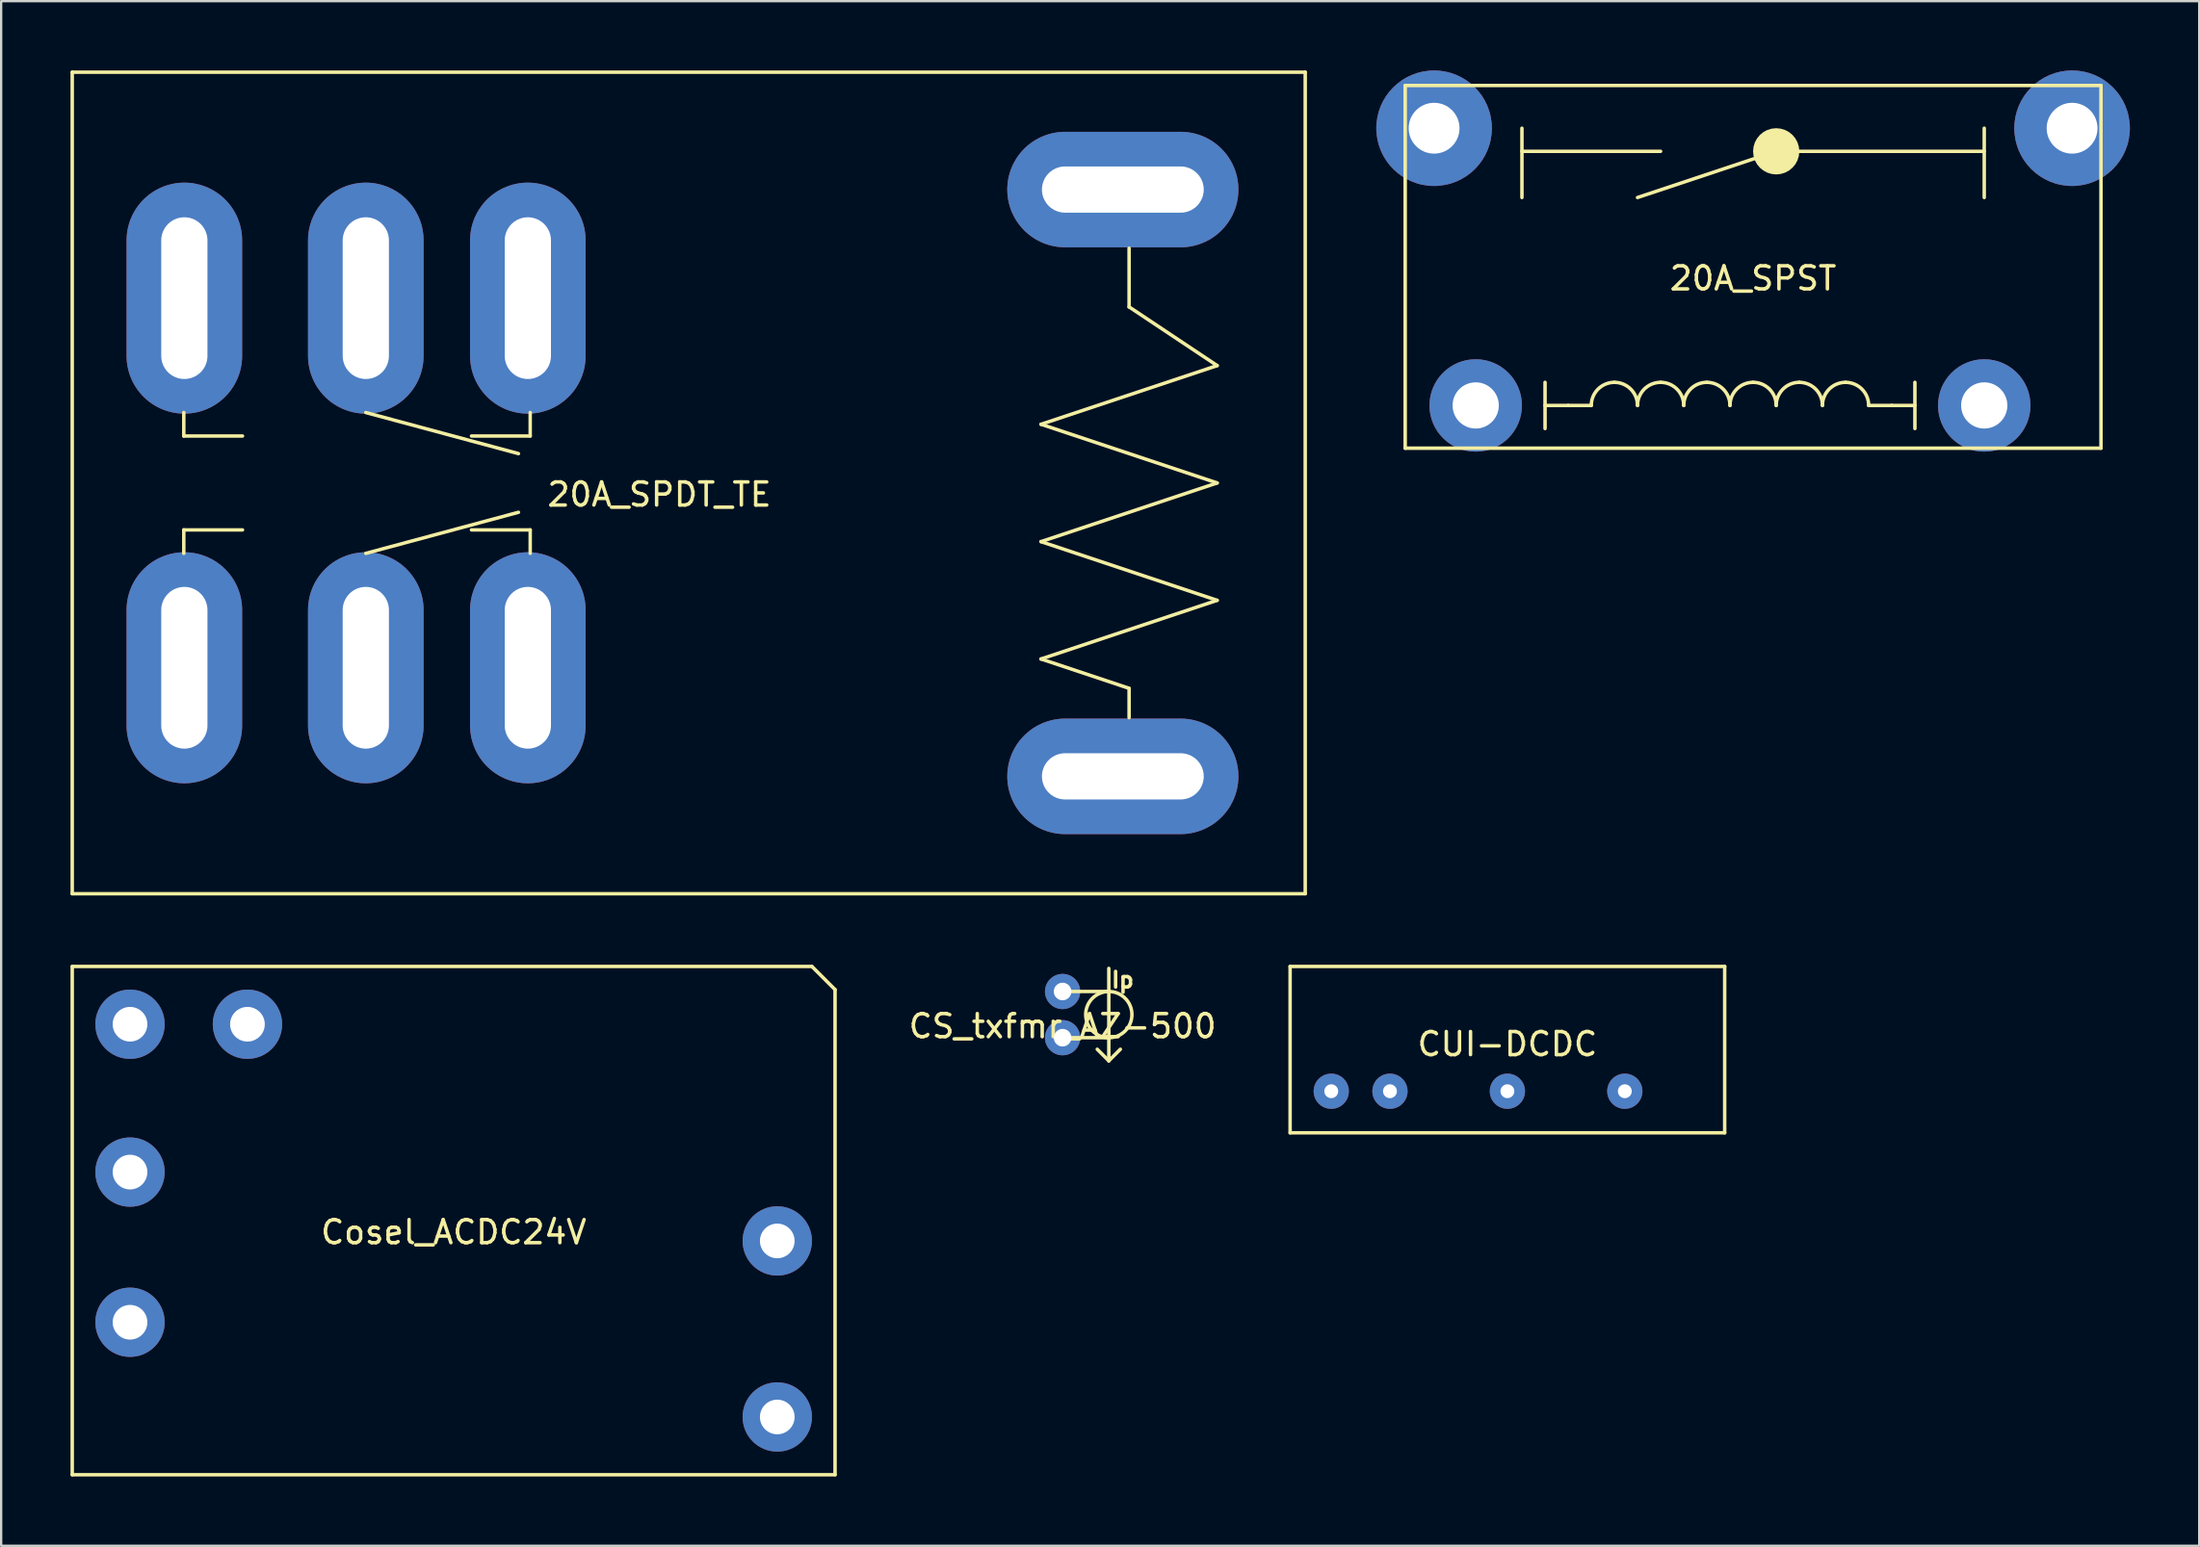
<source format=kicad_pcb>
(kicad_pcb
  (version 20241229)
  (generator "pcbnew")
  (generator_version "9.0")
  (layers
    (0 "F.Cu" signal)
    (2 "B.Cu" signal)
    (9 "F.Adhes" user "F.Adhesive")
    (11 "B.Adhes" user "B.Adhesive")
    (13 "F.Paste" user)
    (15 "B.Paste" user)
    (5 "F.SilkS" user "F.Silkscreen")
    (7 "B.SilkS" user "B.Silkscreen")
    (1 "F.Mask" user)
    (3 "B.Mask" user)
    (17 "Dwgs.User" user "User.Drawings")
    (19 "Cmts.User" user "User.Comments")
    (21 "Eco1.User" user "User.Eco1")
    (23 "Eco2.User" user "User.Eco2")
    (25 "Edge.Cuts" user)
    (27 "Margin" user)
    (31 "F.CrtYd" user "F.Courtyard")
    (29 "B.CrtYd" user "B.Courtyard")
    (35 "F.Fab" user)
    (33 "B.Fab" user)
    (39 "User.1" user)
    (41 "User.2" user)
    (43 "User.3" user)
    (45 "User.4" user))
  (footprint "20A_SPDT_TE"
    (layer "F.Cu")
    (at 25.475 17.855)
    (property "Reference" "20A_SPDT_TE" (at 0 0.5 0) (layer "F.SilkS") (effects (font (size 1 1) (thickness 0.15))))
    (attr through_hole)
    (fp_line (start -25.4 -17.78) (end -25.4 17.78) (stroke (width 0.15) (type solid)) (layer "F.SilkS"))
    (fp_line (start -25.4 17.78) (end 27.94 17.78) (stroke (width 0.15) (type solid)) (layer "F.SilkS"))
    (fp_line (start -20.574 -3.048) (end -20.574 -2.032) (stroke (width 0.15) (type solid)) (layer "F.SilkS"))
    (fp_line (start -20.574 -2.032) (end -18.034 -2.032) (stroke (width 0.15) (type solid)) (layer "F.SilkS"))
    (fp_line (start -20.574 2.032) (end -18.034 2.032) (stroke (width 0.15) (type solid)) (layer "F.SilkS"))
    (fp_line (start -20.574 3.048) (end -20.574 2.032) (stroke (width 0.15) (type solid)) (layer "F.SilkS"))
    (fp_line (start -12.7 -3.048) (end -6.096 -1.27) (stroke (width 0.15) (type solid)) (layer "F.SilkS"))
    (fp_line (start -12.7 3.048) (end -6.096 1.27) (stroke (width 0.15) (type solid)) (layer "F.SilkS"))
    (fp_line (start -5.588 -3.048) (end -5.588 -2.032) (stroke (width 0.15) (type solid)) (layer "F.SilkS"))
    (fp_line (start -5.588 -2.032) (end -8.128 -2.032) (stroke (width 0.15) (type solid)) (layer "F.SilkS"))
    (fp_line (start -5.588 2.032) (end -8.128 2.032) (stroke (width 0.15) (type solid)) (layer "F.SilkS"))
    (fp_line (start -5.588 3.048) (end -5.588 2.032) (stroke (width 0.15) (type solid)) (layer "F.SilkS"))
    (fp_line (start 16.51 -2.54) (end 24.13 0) (stroke (width 0.15) (type solid)) (layer "F.SilkS"))
    (fp_line (start 16.51 2.54) (end 24.13 5.08) (stroke (width 0.15) (type solid)) (layer "F.SilkS"))
    (fp_line (start 16.51 7.62) (end 20.32 8.89) (stroke (width 0.15) (type solid)) (layer "F.SilkS"))
    (fp_line (start 20.32 -10.16) (end 20.32 -7.62) (stroke (width 0.15) (type solid)) (layer "F.SilkS"))
    (fp_line (start 20.32 -7.62) (end 24.13 -5.08) (stroke (width 0.15) (type solid)) (layer "F.SilkS"))
    (fp_line (start 20.32 8.89) (end 20.32 10.16) (stroke (width 0.15) (type solid)) (layer "F.SilkS"))
    (fp_line (start 24.13 -5.08) (end 16.51 -2.54) (stroke (width 0.15) (type solid)) (layer "F.SilkS"))
    (fp_line (start 24.13 0) (end 16.51 2.54) (stroke (width 0.15) (type solid)) (layer "F.SilkS"))
    (fp_line (start 24.13 5.08) (end 16.51 7.62) (stroke (width 0.15) (type solid)) (layer "F.SilkS"))
    (fp_line (start 27.94 -17.78) (end -25.4 -17.78) (stroke (width 0.15) (type solid)) (layer "F.SilkS"))
    (fp_line (start 27.94 17.78) (end 27.94 -17.78) (stroke (width 0.15) (type solid)) (layer "F.SilkS"))
    (pad "0" thru_hole oval (at 20.05 -12.7) (size 10 5) (drill oval 7 2) (layers "*.Cu" "*.Mask"))
    (pad "1" thru_hole oval (at 20.05 12.7) (size 10 5) (drill oval 7 2) (layers "*.Cu" "*.Mask"))
    (pad "2" thru_hole oval (at -20.55 -8 90) (size 10 5) (drill oval 7 2) (layers "*.Cu" "*.Mask"))
    (pad "3" thru_hole oval (at -5.69 -8 90) (size 10 5) (drill oval 7 2) (layers "*.Cu" "*.Mask"))
    (pad "4" thru_hole oval (at -12.7 -8 90) (size 10 5) (drill oval 7 2) (layers "*.Cu" "*.Mask"))
    (pad "6" thru_hole oval (at -20.55 8 90) (size 10 5) (drill oval 7 2) (layers "*.Cu" "*.Mask"))
    (pad "7" thru_hole oval (at -5.69 8 90) (size 10 5) (drill oval 7 2) (layers "*.Cu" "*.Mask"))
    (pad "8" thru_hole oval (at -12.7 8 90) (size 10 5) (drill oval 7 2) (layers "*.Cu" "*.Mask")))
  (footprint "CUI-DCDC"
    (layer "F.Cu")
    (at 62.161 41.645)
    (property "Reference" "CUI-DCDC" (at 0 0.5 0) (layer "F.SilkS") (effects (font (size 1 1) (thickness 0.15))))
    (attr through_hole)
    (fp_line (start -9.4 -2.86) (end -9.4 4.34) (stroke (width 0.15) (type solid)) (layer "F.SilkS"))
    (fp_line (start -9.4 -2.86) (end 9.4 -2.86) (stroke (width 0.15) (type solid)) (layer "F.SilkS"))
    (fp_line (start -9.4 4.34) (end 9.4 4.34) (stroke (width 0.15) (type solid)) (layer "F.SilkS"))
    (fp_line (start 9.4 -2.86) (end 9.4 4.34) (stroke (width 0.15) (type solid)) (layer "F.SilkS"))
    (pad "+Vi" thru_hole circle (at -7.62 2.54) (size 1.524 1.524) (drill 0.6) (layers "*.Cu" "*.Mask"))
    (pad "+Vo" thru_hole circle (at 5.08 2.54) (size 1.524 1.524) (drill 0.6) (layers "*.Cu" "*.Mask"))
    (pad "-Vi" thru_hole circle (at -5.08 2.54) (size 1.524 1.524) (drill 0.6) (layers "*.Cu" "*.Mask"))
    (pad "-Vo" thru_hole circle (at 0 2.54) (size 1.524 1.524) (drill 0.6) (layers "*.Cu" "*.Mask")))
  (footprint "Cosel_ACDC24V"
    (layer "F.Cu")
    (at 16.575 49.785)
    (property "Reference" "Cosel_ACDC24V" (at 0 0.5 0) (layer "F.SilkS") (effects (font (size 1 1) (thickness 0.15))))
    (attr through_hole)
    (fp_line (start -16.5 -11) (end -16.5 11) (stroke (width 0.15) (type solid)) (layer "F.SilkS"))
    (fp_line (start -16.5 11) (end 16.5 11) (stroke (width 0.15) (type solid)) (layer "F.SilkS"))
    (fp_line (start 15.5 -11) (end -16.5 -11) (stroke (width 0.15) (type solid)) (layer "F.SilkS"))
    (fp_line (start 16.5 -10) (end 15.5 -11) (stroke (width 0.15) (type solid)) (layer "F.SilkS"))
    (fp_line (start 16.5 -10) (end 16.5 11) (stroke (width 0.15) (type solid)) (layer "F.SilkS"))
    (pad "+AC" thru_hole circle (at -14 -2.1) (size 3 3) (drill 1.5) (layers "*.Cu" "*.Mask"))
    (pad "+BC" thru_hole circle (at -14 -8.5) (size 3 3) (drill 1.5) (layers "*.Cu" "*.Mask"))
    (pad "+Vdc" thru_hole circle (at 14 0.88) (size 3 3) (drill 1.5) (layers "*.Cu" "*.Mask"))
    (pad "-AC" thru_hole circle (at -14 4.4) (size 3 3) (drill 1.5) (layers "*.Cu" "*.Mask"))
    (pad "-BC" thru_hole circle (at -8.92 -8.5) (size 3 3) (drill 1.5) (layers "*.Cu" "*.Mask"))
    (pad "-Vdc" thru_hole circle (at 14 8.5) (size 3 3) (drill 1.5) (layers "*.Cu" "*.Mask")))
  (footprint "CS_txfmr_AZ-500"
    (layer "F.Cu")
    (at 42.918 40.868)
    (property "Reference" "CS_txfmr_AZ-500" (at 0 0.5 0) (layer "F.SilkS") (effects (font (size 1 1) (thickness 0.15))))
    (attr through_hole)
    (fp_line (start 1.5 1.5) (end 2 2) (stroke (width 0.15) (type solid)) (layer "F.SilkS"))
    (fp_line (start 2 -2) (end 2 2) (stroke (width 0.15) (type solid)) (layer "F.SilkS"))
    (fp_line (start 2 -1) (end 0 -1) (stroke (width 0.15) (type solid)) (layer "F.SilkS"))
    (fp_line (start 2 1) (end 0 1) (stroke (width 0.15) (type solid)) (layer "F.SilkS"))
    (fp_line (start 2.5 1.5) (end 2 2) (stroke (width 0.15) (type solid)) (layer "F.SilkS"))
    (fp_circle (center 2 0) (end 2 -1) (stroke (width 0.15) (type solid)) (fill no) (layer "F.SilkS"))
    (fp_text user "Ip" (at 2.6 -1.5 0) (layer "F.SilkS") (effects (font (size 0.675 0.675) (thickness 0.15))))
    (pad "1" thru_hole circle (at 0 -1) (size 1.524 1.524) (drill 0.762) (layers "*.Cu" "*.Mask"))
    (pad "2" thru_hole circle (at 0 1) (size 1.524 1.524) (drill 0.762) (layers "*.Cu" "*.Mask")))
  (footprint "20A_SPST"
    (layer "F.Cu")
    (at 72.79 8.5)
    (property "Reference" "20A_SPST" (at 0 0.5 0) (layer "F.SilkS") (effects (font (size 1 1) (thickness 0.15))))
    (attr through_hole)
    (fp_line (start -15.05 -7.85) (end -15.05 7.85) (stroke (width 0.15) (type solid)) (layer "F.SilkS"))
    (fp_line (start -15.05 -7.85) (end 15.05 -7.85) (stroke (width 0.15) (type solid)) (layer "F.SilkS"))
    (fp_line (start -15.05 7.85) (end 15.05 7.85) (stroke (width 0.15) (type solid)) (layer "F.SilkS"))
    (fp_line (start -10 -6) (end -10 -3) (stroke (width 0.15) (type solid)) (layer "F.SilkS"))
    (fp_line (start -10 -5) (end -4 -5) (stroke (width 0.15) (type solid)) (layer "F.SilkS"))
    (fp_line (start -9 5) (end -9 7) (stroke (width 0.15) (type solid)) (layer "F.SilkS"))
    (fp_line (start -8 6) (end -9 6) (stroke (width 0.15) (type solid)) (layer "F.SilkS"))
    (fp_line (start -7 6) (end -8 6) (stroke (width 0.15) (type solid)) (layer "F.SilkS"))
    (fp_line (start 1 -5) (end -5 -3) (stroke (width 0.15) (type solid)) (layer "F.SilkS"))
    (fp_line (start 1 -5) (end 10 -5) (stroke (width 0.15) (type solid)) (layer "F.SilkS"))
    (fp_line (start 5 6) (end 6 6) (stroke (width 0.15) (type solid)) (layer "F.SilkS"))
    (fp_line (start 6 6) (end 7 6) (stroke (width 0.15) (type solid)) (layer "F.SilkS"))
    (fp_line (start 7 5) (end 7 7) (stroke (width 0.15) (type solid)) (layer "F.SilkS"))
    (fp_line (start 10 -6) (end 10 -3) (stroke (width 0.15) (type solid)) (layer "F.SilkS"))
    (fp_line (start 15.05 7.85) (end 15.05 -7.85) (stroke (width 0.15) (type solid)) (layer "F.SilkS"))
    (fp_arc (start -7 6) (mid -6.707107 5.292893) (end -6 5) (stroke (width 0.15) (type solid)) (layer "F.SilkS"))
    (fp_arc (start -6 5) (mid -5.292893 5.292893) (end -5 6) (stroke (width 0.15) (type solid)) (layer "F.SilkS"))
    (fp_arc (start -5 6) (mid -4.707107 5.292893) (end -4 5) (stroke (width 0.15) (type solid)) (layer "F.SilkS"))
    (fp_arc (start -4 5) (mid -3.292893 5.292893) (end -3 6) (stroke (width 0.15) (type solid)) (layer "F.SilkS"))
    (fp_arc (start -3 6) (mid -2.707107 5.292893) (end -2 5) (stroke (width 0.15) (type solid)) (layer "F.SilkS"))
    (fp_arc (start -2 5) (mid -1.292893 5.292893) (end -1 6) (stroke (width 0.15) (type solid)) (layer "F.SilkS"))
    (fp_arc (start -1 6) (mid -0.707107 5.292893) (end 0 5) (stroke (width 0.15) (type solid)) (layer "F.SilkS"))
    (fp_arc (start 0 5) (mid 0.707107 5.292893) (end 1 6) (stroke (width 0.15) (type solid)) (layer "F.SilkS"))
    (fp_arc (start 1 6) (mid 1.292893 5.292893) (end 2 5) (stroke (width 0.15) (type solid)) (layer "F.SilkS"))
    (fp_arc (start 2 5) (mid 2.707107 5.292893) (end 3 6) (stroke (width 0.15) (type solid)) (layer "F.SilkS"))
    (fp_arc (start 3 6) (mid 3.292893 5.292893) (end 4 5) (stroke (width 0.15) (type solid)) (layer "F.SilkS"))
    (fp_arc (start 4 5) (mid 4.707107 5.292893) (end 5 6) (stroke (width 0.15) (type solid)) (layer "F.SilkS"))
    (fp_circle (center 1 -5) (end 0.5 -5) (stroke (width 1) (type solid)) (fill no) (layer "F.SilkS"))
    (pad "+CTL" thru_hole circle (at -12 6) (size 4 4) (drill 2) (layers "*.Cu" "*.Mask"))
    (pad "-CTL" thru_hole circle (at 10 6) (size 4 4) (drill 2) (layers "*.Cu" "*.Mask"))
    (pad "IN" thru_hole circle (at -13.8 -6) (size 5 5) (drill 2.2) (layers "*.Cu" "*.Mask"))
    (pad "OUT" thru_hole circle (at 13.8 -6) (size 5 5) (drill 2.2) (layers "*.Cu" "*.Mask")))
  (gr_rect
    (start -3 -3)
    (end 92.09 63.86)
    (stroke (width 0.1) (type default))
    (fill no)
    (layer "Edge.Cuts")))
</source>
